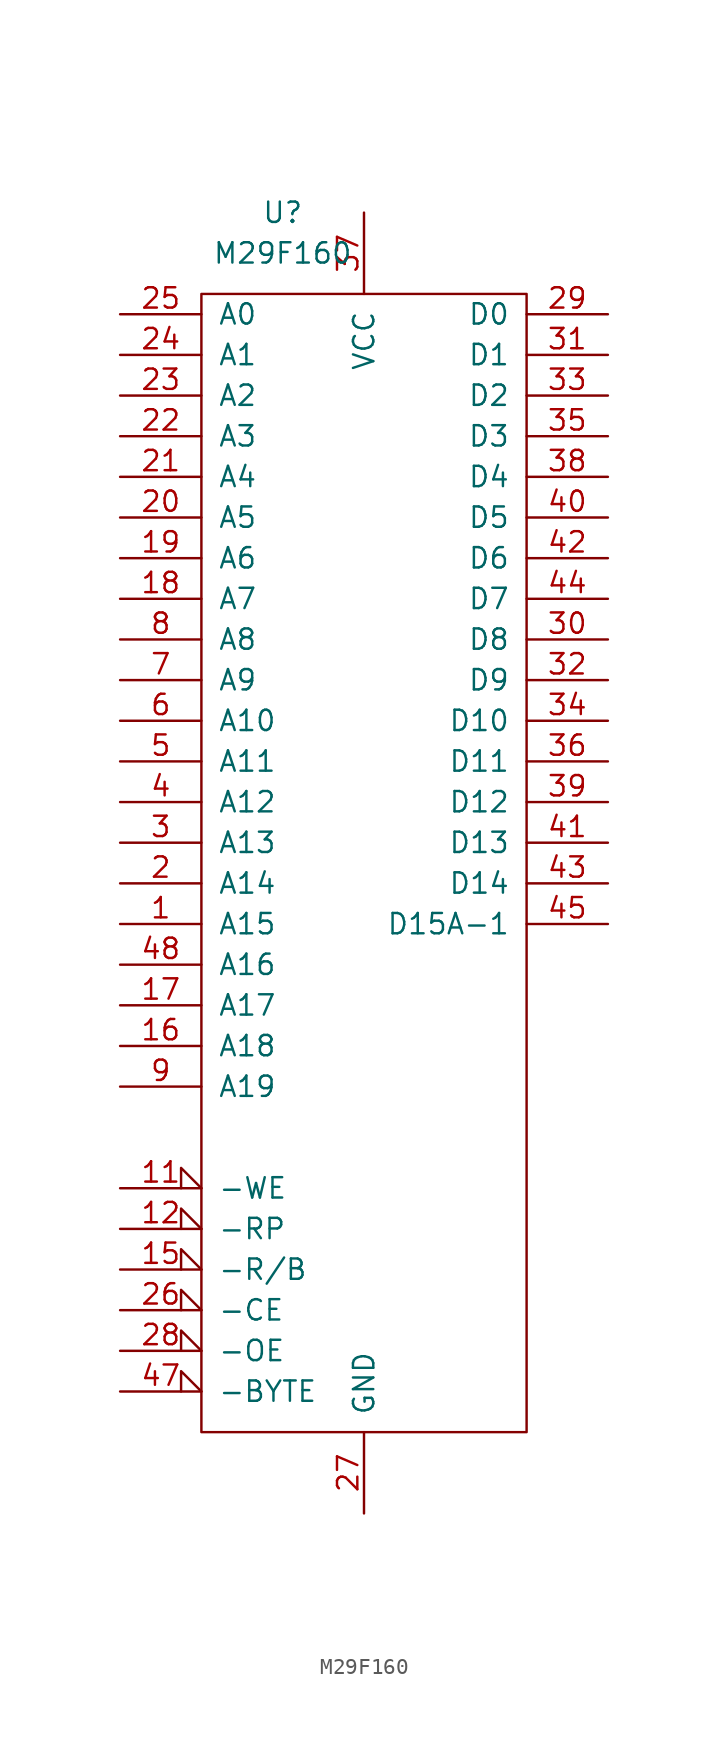
<source format=kicad_sym>
(kicad_symbol_lib
  (version 20211014)
  (generator kicad_symbol_editor)
  (symbol "M29F160"
    (pin_names
      (offset 1.016))
    (property "Reference" "U"
      (at -5.08 40.64 0)
      (effects (font (size 1.27 1.27))))
    (property "Value" "M29F160"
      (at -5.08 38.1 0)
      (effects (font (size 1.27 1.27))))
    (symbol "M29F160_0_1"
      (rectangle (start -10.16 35.56) (end 10.16 -35.56) (stroke (width 0) (type default) (color 0 0 0 0)) (fill (type none))))
    (symbol "M29F160_1_1"
      (pin input line (at -15.24 -3.81 0) (length 5.08) (name "A15" (effects (font (size 1.27 1.27)))) (number "1" (effects (font (size 1.27 1.27)))))
      (pin no_connect line (at 15.24 -33.02 180) (length 5.08) hide (name "NC" (effects (font (size 1.27 1.27)))) (number "10" (effects (font (size 1.27 1.27)))))
      (pin input input_low (at -15.24 -20.32 0) (length 5.08) (name "-WE" (effects (font (size 1.27 1.27)))) (number "11" (effects (font (size 1.27 1.27)))))
      (pin input input_low (at -15.24 -22.86 0) (length 5.08) (name "-RP" (effects (font (size 1.27 1.27)))) (number "12" (effects (font (size 1.27 1.27)))))
      (pin no_connect line (at 15.24 -30.48 180) (length 5.08) hide (name "NC" (effects (font (size 1.27 1.27)))) (number "13" (effects (font (size 1.27 1.27)))))
      (pin no_connect line (at 15.24 -27.94 180) (length 5.08) hide (name "NC" (effects (font (size 1.27 1.27)))) (number "14" (effects (font (size 1.27 1.27)))))
      (pin input input_low (at -15.24 -25.4 0) (length 5.08) (name "-R/B" (effects (font (size 1.27 1.27)))) (number "15" (effects (font (size 1.27 1.27)))))
      (pin input line (at -15.24 -11.43 0) (length 5.08) (name "A18" (effects (font (size 1.27 1.27)))) (number "16" (effects (font (size 1.27 1.27)))))
      (pin input line (at -15.24 -8.89 0) (length 5.08) (name "A17" (effects (font (size 1.27 1.27)))) (number "17" (effects (font (size 1.27 1.27)))))
      (pin input line (at -15.24 16.51 0) (length 5.08) (name "A7" (effects (font (size 1.27 1.27)))) (number "18" (effects (font (size 1.27 1.27)))))
      (pin input line (at -15.24 19.05 0) (length 5.08) (name "A6" (effects (font (size 1.27 1.27)))) (number "19" (effects (font (size 1.27 1.27)))))
      (pin input line (at -15.24 -1.27 0) (length 5.08) (name "A14" (effects (font (size 1.27 1.27)))) (number "2" (effects (font (size 1.27 1.27)))))
      (pin input line (at -15.24 21.59 0) (length 5.08) (name "A5" (effects (font (size 1.27 1.27)))) (number "20" (effects (font (size 1.27 1.27)))))
      (pin input line (at -15.24 24.13 0) (length 5.08) (name "A4" (effects (font (size 1.27 1.27)))) (number "21" (effects (font (size 1.27 1.27)))))
      (pin input line (at -15.24 26.67 0) (length 5.08) (name "A3" (effects (font (size 1.27 1.27)))) (number "22" (effects (font (size 1.27 1.27)))))
      (pin input line (at -15.24 29.21 0) (length 5.08) (name "A2" (effects (font (size 1.27 1.27)))) (number "23" (effects (font (size 1.27 1.27)))))
      (pin input line (at -15.24 31.75 0) (length 5.08) (name "A1" (effects (font (size 1.27 1.27)))) (number "24" (effects (font (size 1.27 1.27)))))
      (pin input line (at -15.24 34.29 0) (length 5.08) (name "A0" (effects (font (size 1.27 1.27)))) (number "25" (effects (font (size 1.27 1.27)))))
      (pin input input_low (at -15.24 -27.94 0) (length 5.08) (name "-CE" (effects (font (size 1.27 1.27)))) (number "26" (effects (font (size 1.27 1.27)))))
      (pin power_in line (at 0 -40.64 90) (length 5.08) (name "GND" (effects (font (size 1.27 1.27)))) (number "27" (effects (font (size 1.27 1.27)))))
      (pin input input_low (at -15.24 -30.48 0) (length 5.08) (name "-OE" (effects (font (size 1.27 1.27)))) (number "28" (effects (font (size 1.27 1.27)))))
      (pin tri_state line (at 15.24 34.29 180) (length 5.08) (name "D0" (effects (font (size 1.27 1.27)))) (number "29" (effects (font (size 1.27 1.27)))))
      (pin input line (at -15.24 1.27 0) (length 5.08) (name "A13" (effects (font (size 1.27 1.27)))) (number "3" (effects (font (size 1.27 1.27)))))
      (pin tri_state line (at 15.24 13.97 180) (length 5.08) (name "D8" (effects (font (size 1.27 1.27)))) (number "30" (effects (font (size 1.27 1.27)))))
      (pin tri_state line (at 15.24 31.75 180) (length 5.08) (name "D1" (effects (font (size 1.27 1.27)))) (number "31" (effects (font (size 1.27 1.27)))))
      (pin tri_state line (at 15.24 11.43 180) (length 5.08) (name "D9" (effects (font (size 1.27 1.27)))) (number "32" (effects (font (size 1.27 1.27)))))
      (pin tri_state line (at 15.24 29.21 180) (length 5.08) (name "D2" (effects (font (size 1.27 1.27)))) (number "33" (effects (font (size 1.27 1.27)))))
      (pin tri_state line (at 15.24 8.89 180) (length 5.08) (name "D10" (effects (font (size 1.27 1.27)))) (number "34" (effects (font (size 1.27 1.27)))))
      (pin tri_state line (at 15.24 26.67 180) (length 5.08) (name "D3" (effects (font (size 1.27 1.27)))) (number "35" (effects (font (size 1.27 1.27)))))
      (pin tri_state line (at 15.24 6.35 180) (length 5.08) (name "D11" (effects (font (size 1.27 1.27)))) (number "36" (effects (font (size 1.27 1.27)))))
      (pin power_in line (at 0 40.64 270) (length 5.08) (name "VCC" (effects (font (size 1.27 1.27)))) (number "37" (effects (font (size 1.27 1.27)))))
      (pin tri_state line (at 15.24 24.13 180) (length 5.08) (name "D4" (effects (font (size 1.27 1.27)))) (number "38" (effects (font (size 1.27 1.27)))))
      (pin tri_state line (at 15.24 3.81 180) (length 5.08) (name "D12" (effects (font (size 1.27 1.27)))) (number "39" (effects (font (size 1.27 1.27)))))
      (pin input line (at -15.24 3.81 0) (length 5.08) (name "A12" (effects (font (size 1.27 1.27)))) (number "4" (effects (font (size 1.27 1.27)))))
      (pin tri_state line (at 15.24 21.59 180) (length 5.08) (name "D5" (effects (font (size 1.27 1.27)))) (number "40" (effects (font (size 1.27 1.27)))))
      (pin tri_state line (at 15.24 1.27 180) (length 5.08) (name "D13" (effects (font (size 1.27 1.27)))) (number "41" (effects (font (size 1.27 1.27)))))
      (pin tri_state line (at 15.24 19.05 180) (length 5.08) (name "D6" (effects (font (size 1.27 1.27)))) (number "42" (effects (font (size 1.27 1.27)))))
      (pin tri_state line (at 15.24 -1.27 180) (length 5.08) (name "D14" (effects (font (size 1.27 1.27)))) (number "43" (effects (font (size 1.27 1.27)))))
      (pin tri_state line (at 15.24 16.51 180) (length 5.08) (name "D7" (effects (font (size 1.27 1.27)))) (number "44" (effects (font (size 1.27 1.27)))))
      (pin tri_state line (at 15.24 -3.81 180) (length 5.08) (name "D15A-1" (effects (font (size 1.27 1.27)))) (number "45" (effects (font (size 1.27 1.27)))))
      (pin passive line (at 0 -40.64 90) (length 5.08) hide (name "GND" (effects (font (size 1.27 1.27)))) (number "46" (effects (font (size 1.27 1.27)))))
      (pin input input_low (at -15.24 -33.02 0) (length 5.08) (name "-BYTE" (effects (font (size 1.27 1.27)))) (number "47" (effects (font (size 1.27 1.27)))))
      (pin input line (at -15.24 -6.35 0) (length 5.08) (name "A16" (effects (font (size 1.27 1.27)))) (number "48" (effects (font (size 1.27 1.27)))))
      (pin input line (at -15.24 6.35 0) (length 5.08) (name "A11" (effects (font (size 1.27 1.27)))) (number "5" (effects (font (size 1.27 1.27)))))
      (pin input line (at -15.24 8.89 0) (length 5.08) (name "A10" (effects (font (size 1.27 1.27)))) (number "6" (effects (font (size 1.27 1.27)))))
      (pin input line (at -15.24 11.43 0) (length 5.08) (name "A9" (effects (font (size 1.27 1.27)))) (number "7" (effects (font (size 1.27 1.27)))))
      (pin input line (at -15.24 13.97 0) (length 5.08) (name "A8" (effects (font (size 1.27 1.27)))) (number "8" (effects (font (size 1.27 1.27)))))
      (pin input line (at -15.24 -13.97 0) (length 5.08) (name "A19" (effects (font (size 1.27 1.27)))) (number "9" (effects (font (size 1.27 1.27))))))))
</source>
